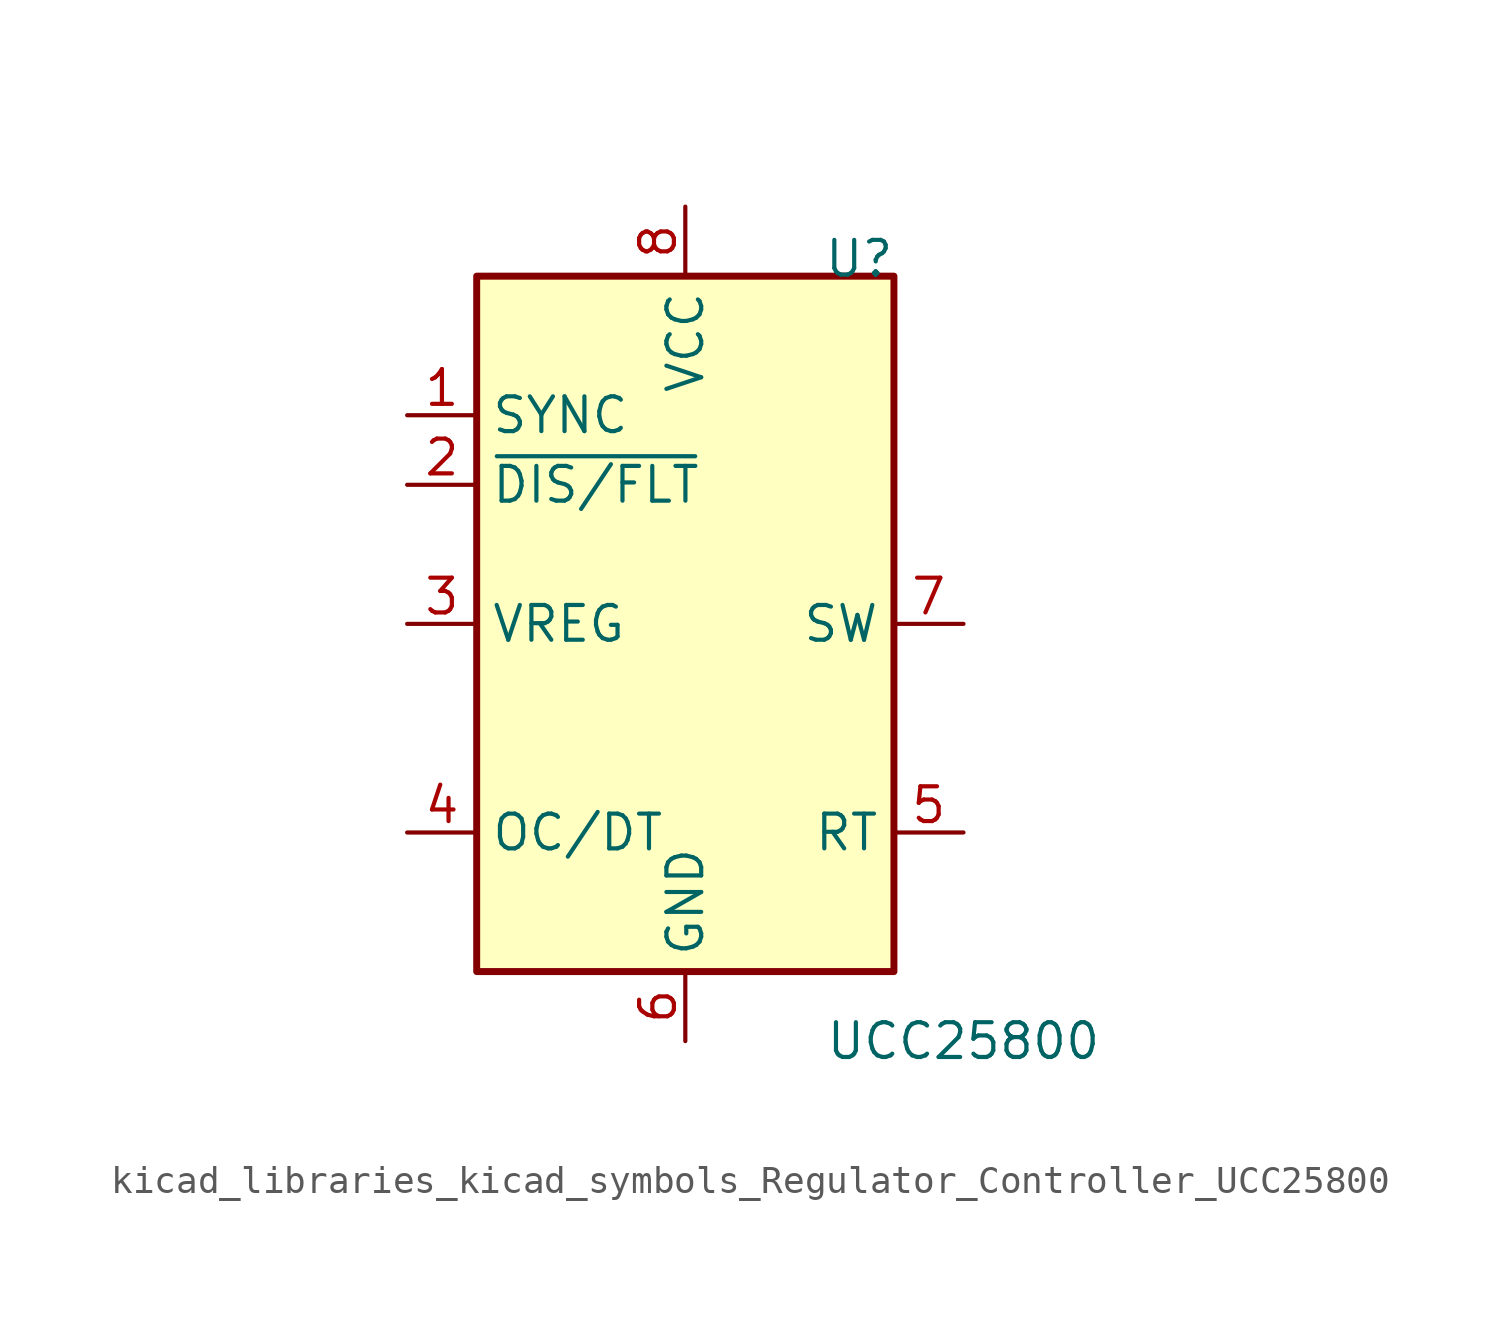
<source format=kicad_sym>
(kicad_symbol_lib
  (version 20220914)
  (generator kicad_symbol_editor)
  (symbol "kicad_libraries_kicad_symbols_Regulator_Controller_UCC25800"
    (property "Reference" "U"
      (at 6.35 13.335 0)
      (effects (font (size 1.27 1.27))))
    (property "Value" "UCC25800"
      (at 10.16 -15.24 0)
      (effects (font (size 1.27 1.27))))
    (symbol "kicad_libraries_kicad_symbols_Regulator_Controller_UCC25800_0_1"
      (rectangle (start -7.62 12.7) (end 7.62 -12.7) (stroke (width 0.254) (type default)) (fill (type background))))
    (symbol "kicad_libraries_kicad_symbols_Regulator_Controller_UCC25800_1_1"
      (pin input line (at -10.16 7.62 0) (length 2.54) (name "SYNC" (effects (font (size 1.27 1.27)))) (number "1" (effects (font (size 1.27 1.27)))))
      (pin bidirectional line (at -10.16 5.08 0) (length 2.54) (name "~{DIS/FLT}" (effects (font (size 1.27 1.27)))) (number "2" (effects (font (size 1.27 1.27)))))
      (pin output line (at -10.16 0 0) (length 2.54) (name "VREG" (effects (font (size 1.27 1.27)))) (number "3" (effects (font (size 1.27 1.27)))))
      (pin input line (at -10.16 -7.62 0) (length 2.54) (name "OC/DT" (effects (font (size 1.27 1.27)))) (number "4" (effects (font (size 1.27 1.27)))))
      (pin passive line (at 10.16 -7.62 180) (length 2.54) (name "RT" (effects (font (size 1.27 1.27)))) (number "5" (effects (font (size 1.27 1.27)))))
      (pin power_in line (at 0 -15.24 90) (length 2.54) (name "GND" (effects (font (size 1.27 1.27)))) (number "6" (effects (font (size 1.27 1.27)))))
      (pin output line (at 10.16 0 180) (length 2.54) (name "SW" (effects (font (size 1.27 1.27)))) (number "7" (effects (font (size 1.27 1.27)))))
      (pin power_in line (at 0 15.24 270) (length 2.54) (name "VCC" (effects (font (size 1.27 1.27)))) (number "8" (effects (font (size 1.27 1.27)))))
      (pin passive line (at 0 -15.24 90) (length 2.54) hide (name "GND" (effects (font (size 1.27 1.27)))) (number "9" (effects (font (size 1.27 1.27))))))))
</source>
